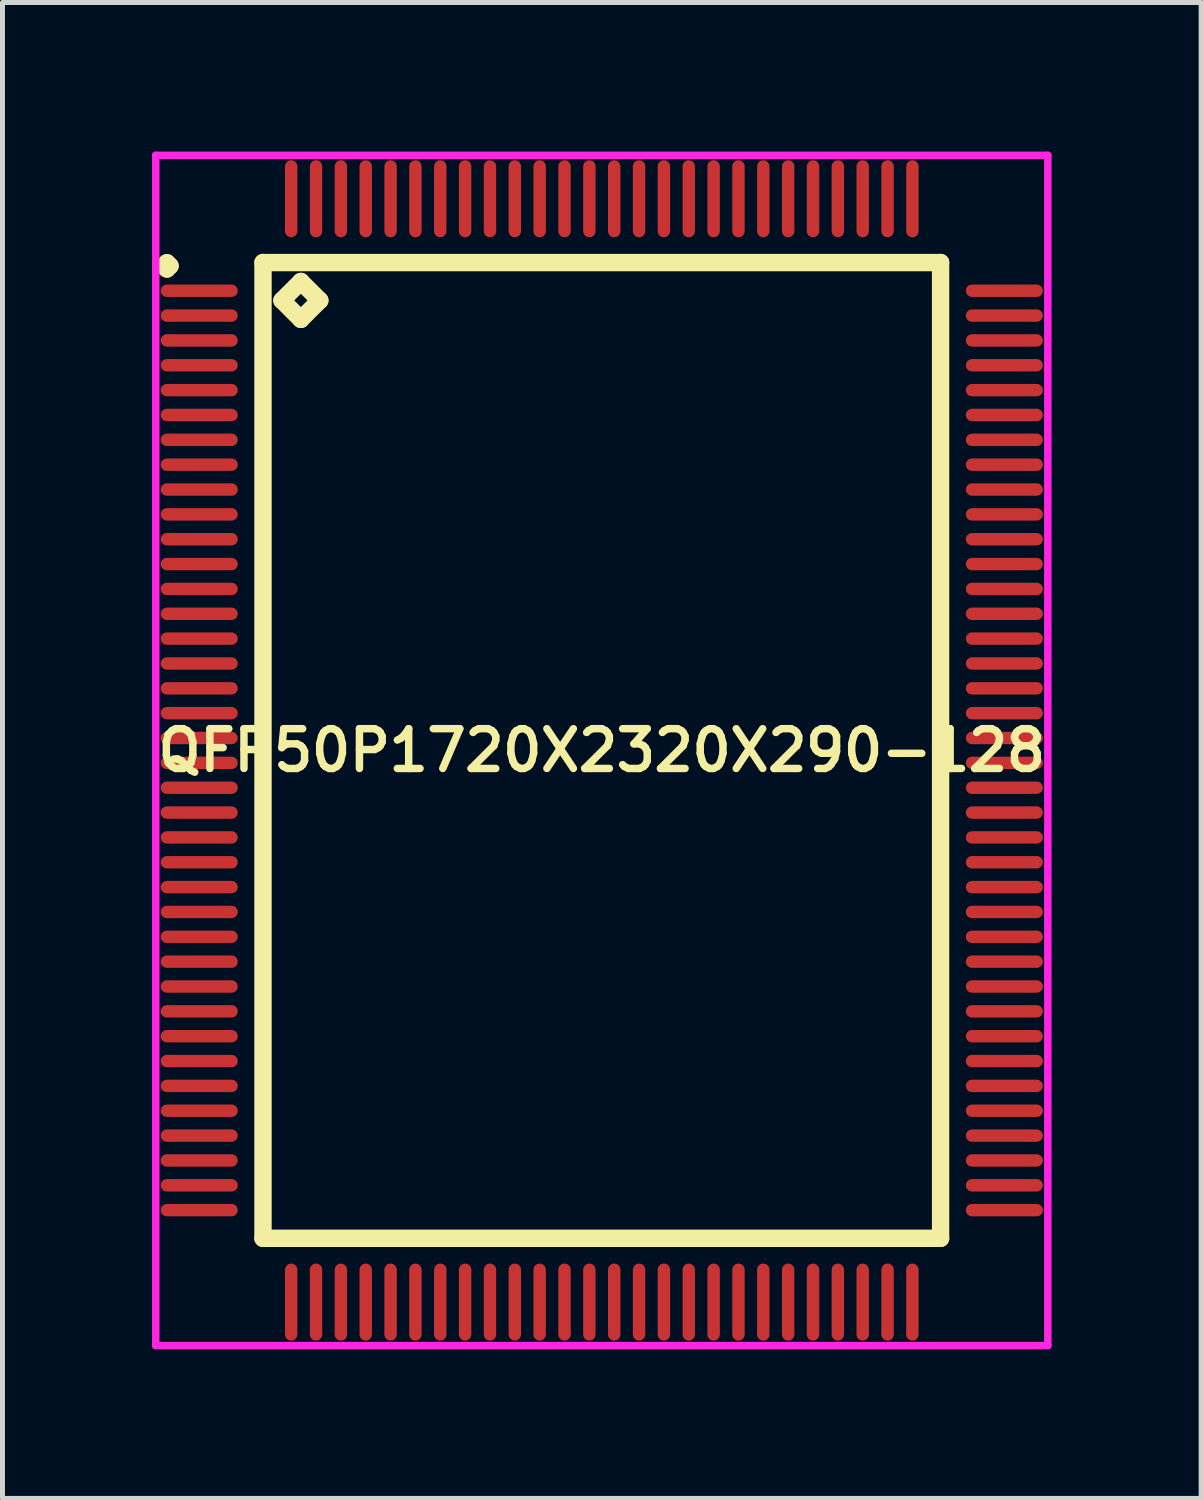
<source format=kicad_pcb>
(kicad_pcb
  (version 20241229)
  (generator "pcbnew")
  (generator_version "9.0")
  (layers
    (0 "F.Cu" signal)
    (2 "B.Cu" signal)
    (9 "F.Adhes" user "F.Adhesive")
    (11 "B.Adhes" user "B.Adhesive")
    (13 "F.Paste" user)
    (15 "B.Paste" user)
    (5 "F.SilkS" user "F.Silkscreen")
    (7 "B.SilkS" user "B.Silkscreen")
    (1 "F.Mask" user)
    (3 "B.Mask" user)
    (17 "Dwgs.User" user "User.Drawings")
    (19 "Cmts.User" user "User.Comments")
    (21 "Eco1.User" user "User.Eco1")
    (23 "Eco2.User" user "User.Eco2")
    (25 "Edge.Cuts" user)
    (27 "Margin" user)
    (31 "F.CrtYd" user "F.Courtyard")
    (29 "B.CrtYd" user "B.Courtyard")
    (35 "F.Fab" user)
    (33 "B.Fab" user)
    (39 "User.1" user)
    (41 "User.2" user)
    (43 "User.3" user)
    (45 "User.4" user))
  (footprint "QFP50P1720X2320X290-128"
    (layer "F.Cu")
    (at 9.059 12.05)
    (property "Reference" "QFP50P1720X2320X290-128" (at 0 0 0) (layer "F.SilkS") (effects (font (size 0.8 0.8) (thickness 0.15))))
    (attr smd)
    (fp_line (start -8.812 -9.75) (end -8.75 -9.812) (stroke (width 0.35) (type solid)) (layer "F.SilkS"))
    (fp_line (start -8.75 -9.812) (end -8.688 -9.75) (stroke (width 0.35) (type solid)) (layer "F.SilkS"))
    (fp_line (start -8.75 -9.688) (end -8.812 -9.75) (stroke (width 0.35) (type solid)) (layer "F.SilkS"))
    (fp_line (start -8.688 -9.75) (end -8.75 -9.688) (stroke (width 0.35) (type solid)) (layer "F.SilkS"))
    (fp_line (start -6.817 -9.817) (end -6.817 9.817) (stroke (width 0.35) (type solid)) (layer "F.SilkS"))
    (fp_line (start -6.817 9.817) (end 6.817 9.817) (stroke (width 0.35) (type solid)) (layer "F.SilkS"))
    (fp_line (start -6.436 -9.055) (end -6.055 -9.436) (stroke (width 0.35) (type solid)) (layer "F.SilkS"))
    (fp_line (start -6.055 -9.436) (end -5.674 -9.055) (stroke (width 0.35) (type solid)) (layer "F.SilkS"))
    (fp_line (start -6.055 -8.674) (end -6.436 -9.055) (stroke (width 0.35) (type solid)) (layer "F.SilkS"))
    (fp_line (start -5.674 -9.055) (end -6.055 -8.674) (stroke (width 0.35) (type solid)) (layer "F.SilkS"))
    (fp_line (start 6.817 -9.817) (end -6.817 -9.817) (stroke (width 0.35) (type solid)) (layer "F.SilkS"))
    (fp_line (start 6.817 9.817) (end 6.817 -9.817) (stroke (width 0.35) (type solid)) (layer "F.SilkS"))
    (fp_line (start -8.975 -11.975) (end 8.975 -11.975) (stroke (width 0.15) (type solid)) (layer "F.CrtYd"))
    (fp_line (start -8.975 11.975) (end -8.975 -11.975) (stroke (width 0.15) (type solid)) (layer "F.CrtYd"))
    (fp_line (start 8.975 -11.975) (end 8.975 11.975) (stroke (width 0.15) (type solid)) (layer "F.CrtYd"))
    (fp_line (start 8.975 11.975) (end -8.975 11.975) (stroke (width 0.15) (type solid)) (layer "F.CrtYd"))
    (pad "1" smd oval (at -8.1 -9.25) (size 1.55 0.25) (layers "F.Cu" "F.Mask" "F.Paste"))
    (pad "2" smd oval (at -8.1 -8.75) (size 1.55 0.25) (layers "F.Cu" "F.Mask" "F.Paste"))
    (pad "3" smd oval (at -8.1 -8.25) (size 1.55 0.25) (layers "F.Cu" "F.Mask" "F.Paste"))
    (pad "4" smd oval (at -8.1 -7.75) (size 1.55 0.25) (layers "F.Cu" "F.Mask" "F.Paste"))
    (pad "5" smd oval (at -8.1 -7.25) (size 1.55 0.25) (layers "F.Cu" "F.Mask" "F.Paste"))
    (pad "6" smd oval (at -8.1 -6.75) (size 1.55 0.25) (layers "F.Cu" "F.Mask" "F.Paste"))
    (pad "7" smd oval (at -8.1 -6.25) (size 1.55 0.25) (layers "F.Cu" "F.Mask" "F.Paste"))
    (pad "8" smd oval (at -8.1 -5.75) (size 1.55 0.25) (layers "F.Cu" "F.Mask" "F.Paste"))
    (pad "9" smd oval (at -8.1 -5.25) (size 1.55 0.25) (layers "F.Cu" "F.Mask" "F.Paste"))
    (pad "10" smd oval (at -8.1 -4.75) (size 1.55 0.25) (layers "F.Cu" "F.Mask" "F.Paste"))
    (pad "11" smd oval (at -8.1 -4.25) (size 1.55 0.25) (layers "F.Cu" "F.Mask" "F.Paste"))
    (pad "12" smd oval (at -8.1 -3.75) (size 1.55 0.25) (layers "F.Cu" "F.Mask" "F.Paste"))
    (pad "13" smd oval (at -8.1 -3.25) (size 1.55 0.25) (layers "F.Cu" "F.Mask" "F.Paste"))
    (pad "14" smd oval (at -8.1 -2.75) (size 1.55 0.25) (layers "F.Cu" "F.Mask" "F.Paste"))
    (pad "15" smd oval (at -8.1 -2.25) (size 1.55 0.25) (layers "F.Cu" "F.Mask" "F.Paste"))
    (pad "16" smd oval (at -8.1 -1.75) (size 1.55 0.25) (layers "F.Cu" "F.Mask" "F.Paste"))
    (pad "17" smd oval (at -8.1 -1.25) (size 1.55 0.25) (layers "F.Cu" "F.Mask" "F.Paste"))
    (pad "18" smd oval (at -8.1 -0.75) (size 1.55 0.25) (layers "F.Cu" "F.Mask" "F.Paste"))
    (pad "19" smd oval (at -8.1 -0.25) (size 1.55 0.25) (layers "F.Cu" "F.Mask" "F.Paste"))
    (pad "20" smd oval (at -8.1 0.25) (size 1.55 0.25) (layers "F.Cu" "F.Mask" "F.Paste"))
    (pad "21" smd oval (at -8.1 0.75) (size 1.55 0.25) (layers "F.Cu" "F.Mask" "F.Paste"))
    (pad "22" smd oval (at -8.1 1.25) (size 1.55 0.25) (layers "F.Cu" "F.Mask" "F.Paste"))
    (pad "23" smd oval (at -8.1 1.75) (size 1.55 0.25) (layers "F.Cu" "F.Mask" "F.Paste"))
    (pad "24" smd oval (at -8.1 2.25) (size 1.55 0.25) (layers "F.Cu" "F.Mask" "F.Paste"))
    (pad "25" smd oval (at -8.1 2.75) (size 1.55 0.25) (layers "F.Cu" "F.Mask" "F.Paste"))
    (pad "26" smd oval (at -8.1 3.25) (size 1.55 0.25) (layers "F.Cu" "F.Mask" "F.Paste"))
    (pad "27" smd oval (at -8.1 3.75) (size 1.55 0.25) (layers "F.Cu" "F.Mask" "F.Paste"))
    (pad "28" smd oval (at -8.1 4.25) (size 1.55 0.25) (layers "F.Cu" "F.Mask" "F.Paste"))
    (pad "29" smd oval (at -8.1 4.75) (size 1.55 0.25) (layers "F.Cu" "F.Mask" "F.Paste"))
    (pad "30" smd oval (at -8.1 5.25) (size 1.55 0.25) (layers "F.Cu" "F.Mask" "F.Paste"))
    (pad "31" smd oval (at -8.1 5.75) (size 1.55 0.25) (layers "F.Cu" "F.Mask" "F.Paste"))
    (pad "32" smd oval (at -8.1 6.25) (size 1.55 0.25) (layers "F.Cu" "F.Mask" "F.Paste"))
    (pad "33" smd oval (at -8.1 6.75) (size 1.55 0.25) (layers "F.Cu" "F.Mask" "F.Paste"))
    (pad "34" smd oval (at -8.1 7.25) (size 1.55 0.25) (layers "F.Cu" "F.Mask" "F.Paste"))
    (pad "35" smd oval (at -8.1 7.75) (size 1.55 0.25) (layers "F.Cu" "F.Mask" "F.Paste"))
    (pad "36" smd oval (at -8.1 8.25) (size 1.55 0.25) (layers "F.Cu" "F.Mask" "F.Paste"))
    (pad "37" smd oval (at -8.1 8.75) (size 1.55 0.25) (layers "F.Cu" "F.Mask" "F.Paste"))
    (pad "38" smd oval (at -8.1 9.25) (size 1.55 0.25) (layers "F.Cu" "F.Mask" "F.Paste"))
    (pad "39" smd oval (at -6.25 11.1) (size 0.25 1.55) (layers "F.Cu" "F.Mask" "F.Paste"))
    (pad "40" smd oval (at -5.75 11.1) (size 0.25 1.55) (layers "F.Cu" "F.Mask" "F.Paste"))
    (pad "41" smd oval (at -5.25 11.1) (size 0.25 1.55) (layers "F.Cu" "F.Mask" "F.Paste"))
    (pad "42" smd oval (at -4.75 11.1) (size 0.25 1.55) (layers "F.Cu" "F.Mask" "F.Paste"))
    (pad "43" smd oval (at -4.25 11.1) (size 0.25 1.55) (layers "F.Cu" "F.Mask" "F.Paste"))
    (pad "44" smd oval (at -3.75 11.1) (size 0.25 1.55) (layers "F.Cu" "F.Mask" "F.Paste"))
    (pad "45" smd oval (at -3.25 11.1) (size 0.25 1.55) (layers "F.Cu" "F.Mask" "F.Paste"))
    (pad "46" smd oval (at -2.75 11.1) (size 0.25 1.55) (layers "F.Cu" "F.Mask" "F.Paste"))
    (pad "47" smd oval (at -2.25 11.1) (size 0.25 1.55) (layers "F.Cu" "F.Mask" "F.Paste"))
    (pad "48" smd oval (at -1.75 11.1) (size 0.25 1.55) (layers "F.Cu" "F.Mask" "F.Paste"))
    (pad "49" smd oval (at -1.25 11.1) (size 0.25 1.55) (layers "F.Cu" "F.Mask" "F.Paste"))
    (pad "50" smd oval (at -0.75 11.1) (size 0.25 1.55) (layers "F.Cu" "F.Mask" "F.Paste"))
    (pad "51" smd oval (at -0.25 11.1) (size 0.25 1.55) (layers "F.Cu" "F.Mask" "F.Paste"))
    (pad "52" smd oval (at 0.25 11.1) (size 0.25 1.55) (layers "F.Cu" "F.Mask" "F.Paste"))
    (pad "53" smd oval (at 0.75 11.1) (size 0.25 1.55) (layers "F.Cu" "F.Mask" "F.Paste"))
    (pad "54" smd oval (at 1.25 11.1) (size 0.25 1.55) (layers "F.Cu" "F.Mask" "F.Paste"))
    (pad "55" smd oval (at 1.75 11.1) (size 0.25 1.55) (layers "F.Cu" "F.Mask" "F.Paste"))
    (pad "56" smd oval (at 2.25 11.1) (size 0.25 1.55) (layers "F.Cu" "F.Mask" "F.Paste"))
    (pad "57" smd oval (at 2.75 11.1) (size 0.25 1.55) (layers "F.Cu" "F.Mask" "F.Paste"))
    (pad "58" smd oval (at 3.25 11.1) (size 0.25 1.55) (layers "F.Cu" "F.Mask" "F.Paste"))
    (pad "59" smd oval (at 3.75 11.1) (size 0.25 1.55) (layers "F.Cu" "F.Mask" "F.Paste"))
    (pad "60" smd oval (at 4.25 11.1) (size 0.25 1.55) (layers "F.Cu" "F.Mask" "F.Paste"))
    (pad "61" smd oval (at 4.75 11.1) (size 0.25 1.55) (layers "F.Cu" "F.Mask" "F.Paste"))
    (pad "62" smd oval (at 5.25 11.1) (size 0.25 1.55) (layers "F.Cu" "F.Mask" "F.Paste"))
    (pad "63" smd oval (at 5.75 11.1) (size 0.25 1.55) (layers "F.Cu" "F.Mask" "F.Paste"))
    (pad "64" smd oval (at 6.25 11.1) (size 0.25 1.55) (layers "F.Cu" "F.Mask" "F.Paste"))
    (pad "65" smd oval (at 8.1 9.25) (size 1.55 0.25) (layers "F.Cu" "F.Mask" "F.Paste"))
    (pad "66" smd oval (at 8.1 8.75) (size 1.55 0.25) (layers "F.Cu" "F.Mask" "F.Paste"))
    (pad "67" smd oval (at 8.1 8.25) (size 1.55 0.25) (layers "F.Cu" "F.Mask" "F.Paste"))
    (pad "68" smd oval (at 8.1 7.75) (size 1.55 0.25) (layers "F.Cu" "F.Mask" "F.Paste"))
    (pad "69" smd oval (at 8.1 7.25) (size 1.55 0.25) (layers "F.Cu" "F.Mask" "F.Paste"))
    (pad "70" smd oval (at 8.1 6.75) (size 1.55 0.25) (layers "F.Cu" "F.Mask" "F.Paste"))
    (pad "71" smd oval (at 8.1 6.25) (size 1.55 0.25) (layers "F.Cu" "F.Mask" "F.Paste"))
    (pad "72" smd oval (at 8.1 5.75) (size 1.55 0.25) (layers "F.Cu" "F.Mask" "F.Paste"))
    (pad "73" smd oval (at 8.1 5.25) (size 1.55 0.25) (layers "F.Cu" "F.Mask" "F.Paste"))
    (pad "74" smd oval (at 8.1 4.75) (size 1.55 0.25) (layers "F.Cu" "F.Mask" "F.Paste"))
    (pad "75" smd oval (at 8.1 4.25) (size 1.55 0.25) (layers "F.Cu" "F.Mask" "F.Paste"))
    (pad "76" smd oval (at 8.1 3.75) (size 1.55 0.25) (layers "F.Cu" "F.Mask" "F.Paste"))
    (pad "77" smd oval (at 8.1 3.25) (size 1.55 0.25) (layers "F.Cu" "F.Mask" "F.Paste"))
    (pad "78" smd oval (at 8.1 2.75) (size 1.55 0.25) (layers "F.Cu" "F.Mask" "F.Paste"))
    (pad "79" smd oval (at 8.1 2.25) (size 1.55 0.25) (layers "F.Cu" "F.Mask" "F.Paste"))
    (pad "80" smd oval (at 8.1 1.75) (size 1.55 0.25) (layers "F.Cu" "F.Mask" "F.Paste"))
    (pad "81" smd oval (at 8.1 1.25) (size 1.55 0.25) (layers "F.Cu" "F.Mask" "F.Paste"))
    (pad "82" smd oval (at 8.1 0.75) (size 1.55 0.25) (layers "F.Cu" "F.Mask" "F.Paste"))
    (pad "83" smd oval (at 8.1 0.25) (size 1.55 0.25) (layers "F.Cu" "F.Mask" "F.Paste"))
    (pad "84" smd oval (at 8.1 -0.25) (size 1.55 0.25) (layers "F.Cu" "F.Mask" "F.Paste"))
    (pad "85" smd oval (at 8.1 -0.75) (size 1.55 0.25) (layers "F.Cu" "F.Mask" "F.Paste"))
    (pad "86" smd oval (at 8.1 -1.25) (size 1.55 0.25) (layers "F.Cu" "F.Mask" "F.Paste"))
    (pad "87" smd oval (at 8.1 -1.75) (size 1.55 0.25) (layers "F.Cu" "F.Mask" "F.Paste"))
    (pad "88" smd oval (at 8.1 -2.25) (size 1.55 0.25) (layers "F.Cu" "F.Mask" "F.Paste"))
    (pad "89" smd oval (at 8.1 -2.75) (size 1.55 0.25) (layers "F.Cu" "F.Mask" "F.Paste"))
    (pad "90" smd oval (at 8.1 -3.25) (size 1.55 0.25) (layers "F.Cu" "F.Mask" "F.Paste"))
    (pad "91" smd oval (at 8.1 -3.75) (size 1.55 0.25) (layers "F.Cu" "F.Mask" "F.Paste"))
    (pad "92" smd oval (at 8.1 -4.25) (size 1.55 0.25) (layers "F.Cu" "F.Mask" "F.Paste"))
    (pad "93" smd oval (at 8.1 -4.75) (size 1.55 0.25) (layers "F.Cu" "F.Mask" "F.Paste"))
    (pad "94" smd oval (at 8.1 -5.25) (size 1.55 0.25) (layers "F.Cu" "F.Mask" "F.Paste"))
    (pad "95" smd oval (at 8.1 -5.75) (size 1.55 0.25) (layers "F.Cu" "F.Mask" "F.Paste"))
    (pad "96" smd oval (at 8.1 -6.25) (size 1.55 0.25) (layers "F.Cu" "F.Mask" "F.Paste"))
    (pad "97" smd oval (at 8.1 -6.75) (size 1.55 0.25) (layers "F.Cu" "F.Mask" "F.Paste"))
    (pad "98" smd oval (at 8.1 -7.25) (size 1.55 0.25) (layers "F.Cu" "F.Mask" "F.Paste"))
    (pad "99" smd oval (at 8.1 -7.75) (size 1.55 0.25) (layers "F.Cu" "F.Mask" "F.Paste"))
    (pad "100" smd oval (at 8.1 -8.25) (size 1.55 0.25) (layers "F.Cu" "F.Mask" "F.Paste"))
    (pad "101" smd oval (at 8.1 -8.75) (size 1.55 0.25) (layers "F.Cu" "F.Mask" "F.Paste"))
    (pad "102" smd oval (at 8.1 -9.25) (size 1.55 0.25) (layers "F.Cu" "F.Mask" "F.Paste"))
    (pad "103" smd oval (at 6.25 -11.1) (size 0.25 1.55) (layers "F.Cu" "F.Mask" "F.Paste"))
    (pad "104" smd oval (at 5.75 -11.1) (size 0.25 1.55) (layers "F.Cu" "F.Mask" "F.Paste"))
    (pad "105" smd oval (at 5.25 -11.1) (size 0.25 1.55) (layers "F.Cu" "F.Mask" "F.Paste"))
    (pad "106" smd oval (at 4.75 -11.1) (size 0.25 1.55) (layers "F.Cu" "F.Mask" "F.Paste"))
    (pad "107" smd oval (at 4.25 -11.1) (size 0.25 1.55) (layers "F.Cu" "F.Mask" "F.Paste"))
    (pad "108" smd oval (at 3.75 -11.1) (size 0.25 1.55) (layers "F.Cu" "F.Mask" "F.Paste"))
    (pad "109" smd oval (at 3.25 -11.1) (size 0.25 1.55) (layers "F.Cu" "F.Mask" "F.Paste"))
    (pad "110" smd oval (at 2.75 -11.1) (size 0.25 1.55) (layers "F.Cu" "F.Mask" "F.Paste"))
    (pad "111" smd oval (at 2.25 -11.1) (size 0.25 1.55) (layers "F.Cu" "F.Mask" "F.Paste"))
    (pad "112" smd oval (at 1.75 -11.1) (size 0.25 1.55) (layers "F.Cu" "F.Mask" "F.Paste"))
    (pad "113" smd oval (at 1.25 -11.1) (size 0.25 1.55) (layers "F.Cu" "F.Mask" "F.Paste"))
    (pad "114" smd oval (at 0.75 -11.1) (size 0.25 1.55) (layers "F.Cu" "F.Mask" "F.Paste"))
    (pad "115" smd oval (at 0.25 -11.1) (size 0.25 1.55) (layers "F.Cu" "F.Mask" "F.Paste"))
    (pad "116" smd oval (at -0.25 -11.1) (size 0.25 1.55) (layers "F.Cu" "F.Mask" "F.Paste"))
    (pad "117" smd oval (at -0.75 -11.1) (size 0.25 1.55) (layers "F.Cu" "F.Mask" "F.Paste"))
    (pad "118" smd oval (at -1.25 -11.1) (size 0.25 1.55) (layers "F.Cu" "F.Mask" "F.Paste"))
    (pad "119" smd oval (at -1.75 -11.1) (size 0.25 1.55) (layers "F.Cu" "F.Mask" "F.Paste"))
    (pad "120" smd oval (at -2.25 -11.1) (size 0.25 1.55) (layers "F.Cu" "F.Mask" "F.Paste"))
    (pad "121" smd oval (at -2.75 -11.1) (size 0.25 1.55) (layers "F.Cu" "F.Mask" "F.Paste"))
    (pad "122" smd oval (at -3.25 -11.1) (size 0.25 1.55) (layers "F.Cu" "F.Mask" "F.Paste"))
    (pad "123" smd oval (at -3.75 -11.1) (size 0.25 1.55) (layers "F.Cu" "F.Mask" "F.Paste"))
    (pad "124" smd oval (at -4.25 -11.1) (size 0.25 1.55) (layers "F.Cu" "F.Mask" "F.Paste"))
    (pad "125" smd oval (at -4.75 -11.1) (size 0.25 1.55) (layers "F.Cu" "F.Mask" "F.Paste"))
    (pad "126" smd oval (at -5.25 -11.1) (size 0.25 1.55) (layers "F.Cu" "F.Mask" "F.Paste"))
    (pad "127" smd oval (at -5.75 -11.1) (size 0.25 1.55) (layers "F.Cu" "F.Mask" "F.Paste"))
    (pad "128" smd oval (at -6.25 -11.1) (size 0.25 1.55) (layers "F.Cu" "F.Mask" "F.Paste")))
  (gr_rect
    (start -3 -3)
    (end 21.119 27.1)
    (stroke (width 0.1) (type default))
    (fill no)
    (layer "Edge.Cuts")))
</source>
